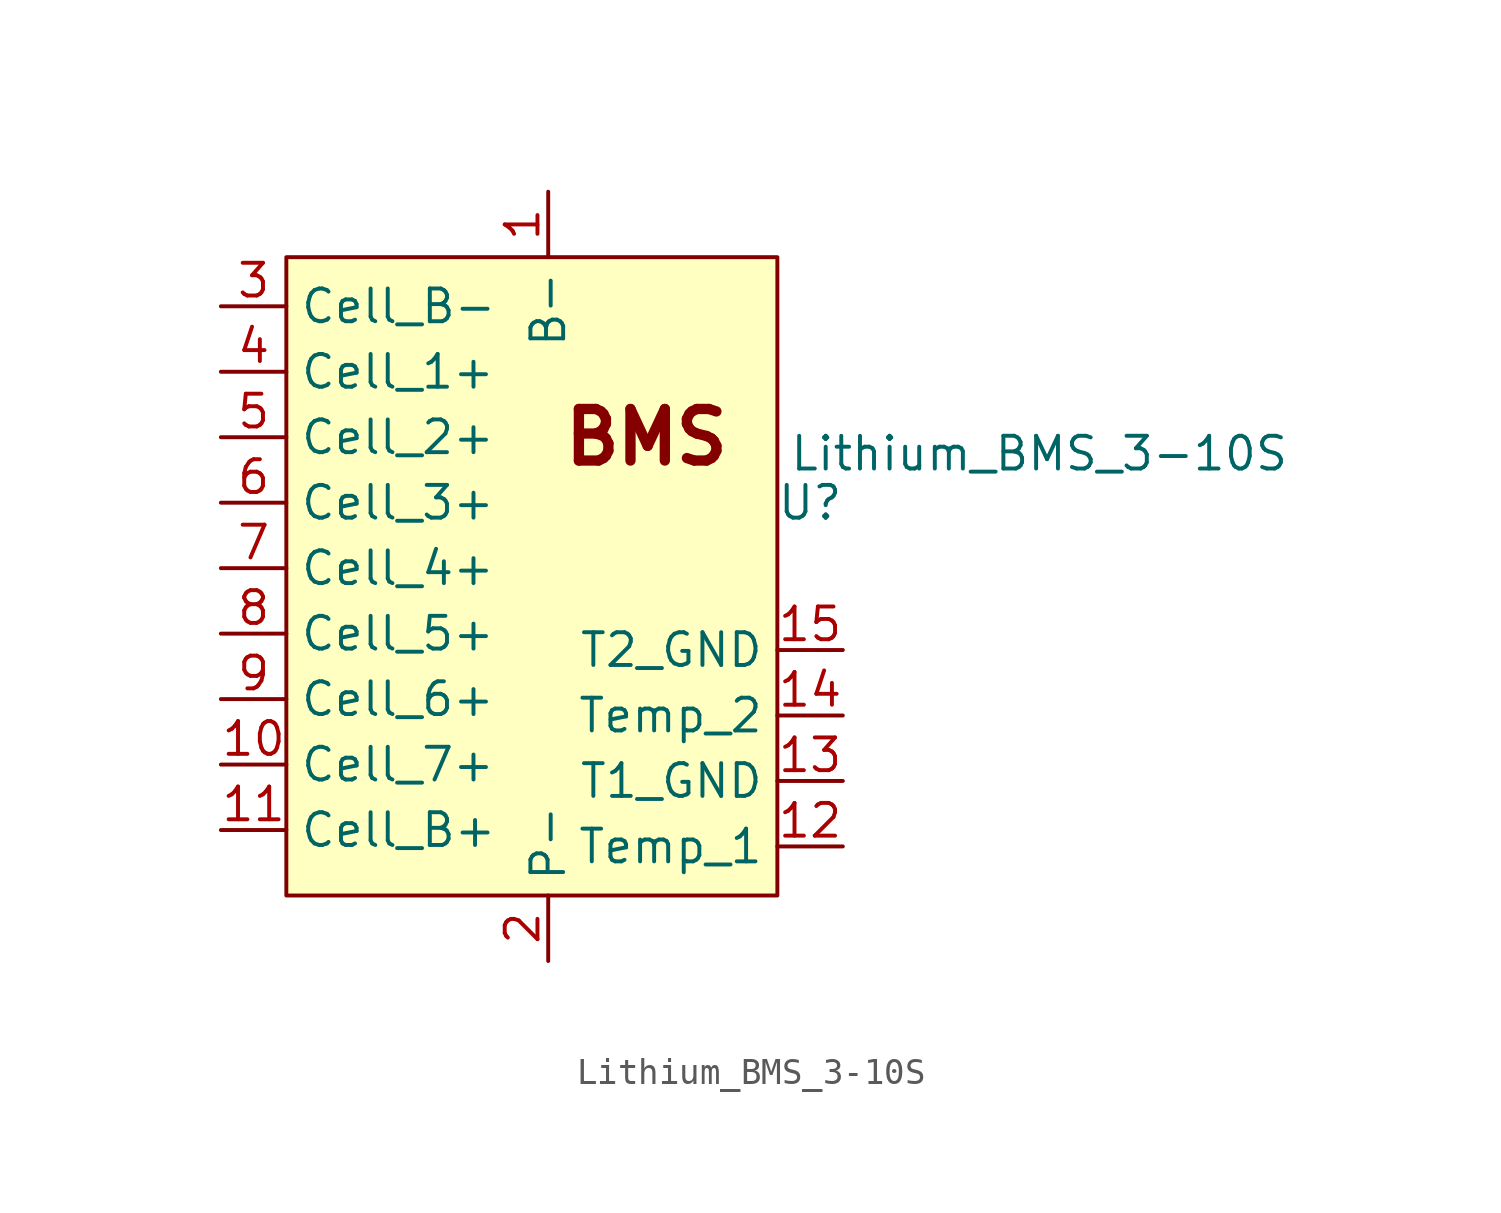
<source format=kicad_sym>
(kicad_symbol_lib
  (version 20211014)
  (generator kicad_symbol_editor)
  (symbol "Lithium_BMS_3-10S"
    (property "Reference" "U"
      (at 26.67 21.59 0)
      (effects (font (size 1.27 1.27))))
    (property "Value" "Lithium_BMS_3-10S"
      (at 35.56 23.495 0)
      (effects (font (size 1.27 1.27))))
    (symbol "Lithium_BMS_3-10S_0_0"
      (text "BMS" (at 20.32 24.13 0) (effects (font (size 2 2) bold))))
    (symbol "Lithium_BMS_3-10S_0_1"
      (rectangle (start 6.35 31.115) (end 25.4 6.35) (stroke (width 0) (type default) (color 0 0 0 0)) (fill (type background))))
    (symbol "Lithium_BMS_3-10S_1_1"
      (pin bidirectional line (at 16.51 33.655 270) (length 2.54) (name "B-" (effects (font (size 1.27 1.27)))) (number "1" (effects (font (size 1.27 1.27)))))
      (pin input line (at 3.81 11.43 0) (length 2.54) (name "Cell_7+" (effects (font (size 1.27 1.27)))) (number "10" (effects (font (size 1.27 1.27)))))
      (pin input line (at 3.81 8.89 0) (length 2.54) (name "Cell_B+" (effects (font (size 1.27 1.27)))) (number "11" (effects (font (size 1.27 1.27)))))
      (pin output line (at 27.94 8.255 180) (length 2.54) (name "Temp_1" (effects (font (size 1.27 1.27)))) (number "12" (effects (font (size 1.27 1.27)))))
      (pin input line (at 27.94 10.795 180) (length 2.54) (name "T1_GND" (effects (font (size 1.27 1.27)))) (number "13" (effects (font (size 1.27 1.27)))))
      (pin output line (at 27.94 13.335 180) (length 2.54) (name "Temp_2" (effects (font (size 1.27 1.27)))) (number "14" (effects (font (size 1.27 1.27)))))
      (pin input line (at 27.94 15.875 180) (length 2.54) (name "T2_GND" (effects (font (size 1.27 1.27)))) (number "15" (effects (font (size 1.27 1.27)))))
      (pin bidirectional line (at 16.51 3.81 90) (length 2.54) (name "P-" (effects (font (size 1.27 1.27)))) (number "2" (effects (font (size 1.27 1.27)))))
      (pin input line (at 3.81 29.21 0) (length 2.54) (name "Cell_B-" (effects (font (size 1.27 1.27)))) (number "3" (effects (font (size 1.27 1.27)))))
      (pin input line (at 3.81 26.67 0) (length 2.54) (name "Cell_1+" (effects (font (size 1.27 1.27)))) (number "4" (effects (font (size 1.27 1.27)))))
      (pin input line (at 3.81 24.13 0) (length 2.54) (name "Cell_2+" (effects (font (size 1.27 1.27)))) (number "5" (effects (font (size 1.27 1.27)))))
      (pin input line (at 3.81 21.59 0) (length 2.54) (name "Cell_3+" (effects (font (size 1.27 1.27)))) (number "6" (effects (font (size 1.27 1.27)))))
      (pin input line (at 3.81 19.05 0) (length 2.54) (name "Cell_4+" (effects (font (size 1.27 1.27)))) (number "7" (effects (font (size 1.27 1.27)))))
      (pin input line (at 3.81 16.51 0) (length 2.54) (name "Cell_5+" (effects (font (size 1.27 1.27)))) (number "8" (effects (font (size 1.27 1.27)))))
      (pin input line (at 3.81 13.97 0) (length 2.54) (name "Cell_6+" (effects (font (size 1.27 1.27)))) (number "9" (effects (font (size 1.27 1.27))))))))
</source>
